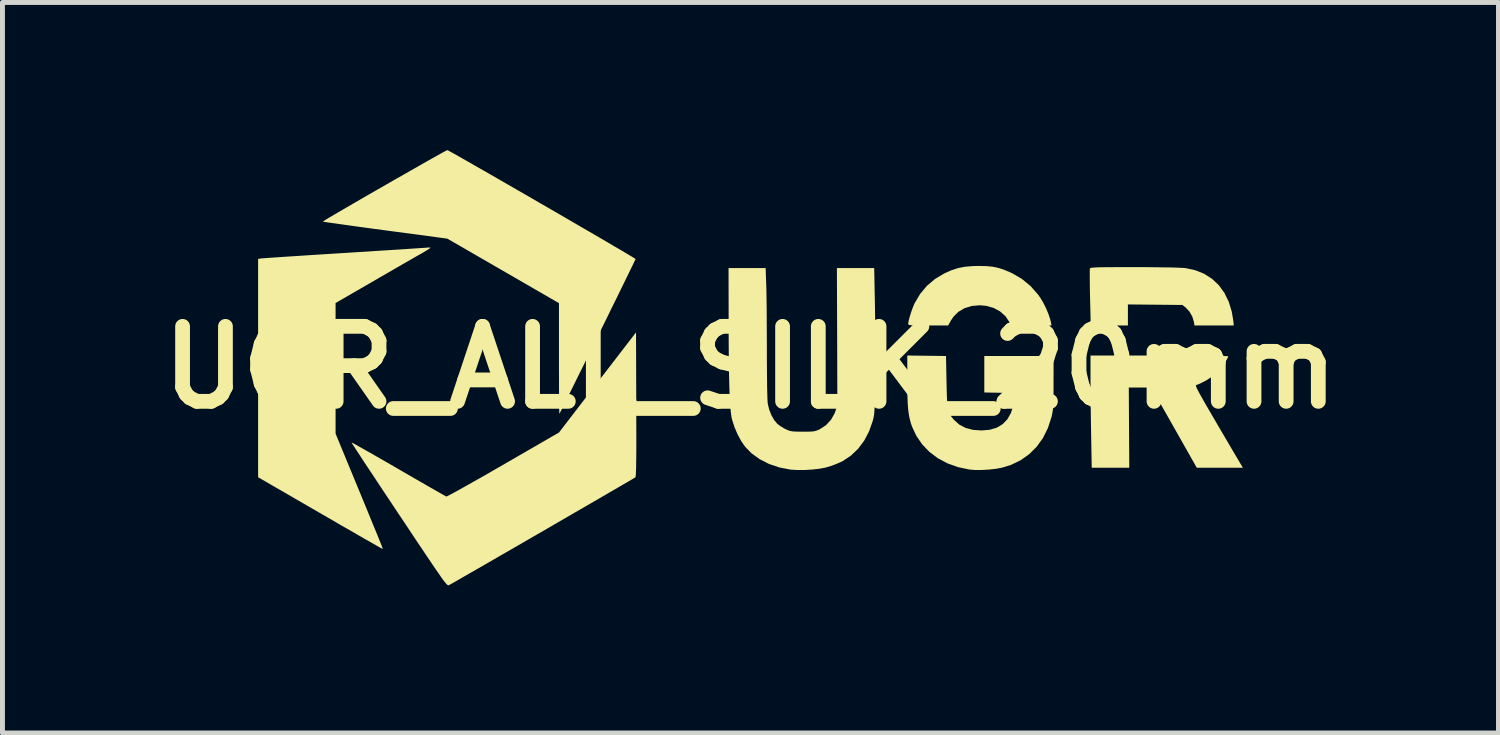
<source format=kicad_pcb>
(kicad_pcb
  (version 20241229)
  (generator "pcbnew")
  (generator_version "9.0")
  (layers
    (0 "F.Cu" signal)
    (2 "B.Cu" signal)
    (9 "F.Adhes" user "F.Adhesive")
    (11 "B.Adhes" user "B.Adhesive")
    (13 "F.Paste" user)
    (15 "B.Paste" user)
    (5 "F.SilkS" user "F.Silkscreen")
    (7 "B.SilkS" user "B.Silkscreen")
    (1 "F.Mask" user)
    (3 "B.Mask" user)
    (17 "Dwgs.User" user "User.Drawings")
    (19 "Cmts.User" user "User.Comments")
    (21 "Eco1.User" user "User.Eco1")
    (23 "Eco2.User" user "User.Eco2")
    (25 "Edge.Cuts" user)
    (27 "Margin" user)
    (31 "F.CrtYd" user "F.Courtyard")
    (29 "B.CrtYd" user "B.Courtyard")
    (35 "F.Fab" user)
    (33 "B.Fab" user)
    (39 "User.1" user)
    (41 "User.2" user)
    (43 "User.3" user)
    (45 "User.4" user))
  (footprint "UGR_ALL_SILK_20mm"
    (layer "F.Cu")
    (at 12.199 4.416)
    (property "Reference" "UGR_ALL_SILK_20mm" (at 0 0 0) (layer "F.SilkS") (effects (font (size 1.524 1.524) (thickness 0.3))))
    (attr board_only exclude_from_pos_files exclude_from_bom)
    (fp_poly (pts (xy 7.989 -2.038) (xy 8.173 -2.036) (xy 8.344 -2.034) (xy 8.496 -2.032) (xy 8.627 -2.029) (xy 8.731 -2.025) (xy 8.805 -2.021) (xy 8.835 -2.019) (xy 9.036 -1.976) (xy 9.218 -1.903) (xy 9.379 -1.801) (xy 9.516 -1.672) (xy 9.63 -1.516) (xy 9.719 -1.335) (xy 9.781 -1.131) (xy 9.81 -0.959) (xy 9.822 -0.852) (xy 9.023 -0.852) (xy 9.012 -0.923) (xy 8.98 -1.03) (xy 8.923 -1.131) (xy 8.85 -1.211) (xy 8.849 -1.212) (xy 8.778 -1.269) (xy 7.67 -1.28) (xy 7.67 -0.852) (xy 6.915 -0.852) (xy 6.901 -1.417) (xy 6.898 -1.559) (xy 6.896 -1.689) (xy 6.895 -1.804) (xy 6.895 -1.898) (xy 6.895 -1.966) (xy 6.897 -2.004) (xy 6.898 -2.009) (xy 6.904 -2.016) (xy 6.919 -2.022) (xy 6.944 -2.026) (xy 6.985 -2.03) (xy 7.042 -2.033) (xy 7.12 -2.035) (xy 7.222 -2.036) (xy 7.351 -2.037) (xy 7.509 -2.038) (xy 7.699 -2.038) (xy 7.795 -2.038)) (stroke (width 0) (type solid)) (fill yes) (layer "F.SilkS"))
    (fp_poly (pts (xy 4.785 -2.059) (xy 4.914 -2.048) (xy 5.031 -2.024) (xy 5.147 -1.987) (xy 5.276 -1.933) (xy 5.328 -1.908) (xy 5.519 -1.796) (xy 5.692 -1.653) (xy 5.841 -1.484) (xy 5.889 -1.417) (xy 5.951 -1.314) (xy 6.009 -1.197) (xy 6.058 -1.078) (xy 6.094 -0.969) (xy 6.105 -0.922) (xy 6.118 -0.852) (xy 5.3 -0.852) (xy 5.268 -0.912) (xy 5.184 -1.038) (xy 5.074 -1.137) (xy 4.942 -1.209) (xy 4.792 -1.251) (xy 4.658 -1.263) (xy 4.494 -1.248) (xy 4.349 -1.203) (xy 4.224 -1.129) (xy 4.123 -1.027) (xy 4.074 -0.954) (xy 4.017 -0.852) (xy 3.611 -0.852) (xy 3.478 -0.852) (xy 3.378 -0.853) (xy 3.305 -0.855) (xy 3.256 -0.858) (xy 3.227 -0.863) (xy 3.211 -0.87) (xy 3.206 -0.879) (xy 3.205 -0.885) (xy 3.212 -0.934) (xy 3.23 -1.007) (xy 3.256 -1.094) (xy 3.286 -1.182) (xy 3.318 -1.264) (xy 3.336 -1.304) (xy 3.449 -1.495) (xy 3.588 -1.66) (xy 3.753 -1.799) (xy 3.937 -1.909) (xy 4.08 -1.973) (xy 4.217 -2.018) (xy 4.36 -2.046) (xy 4.521 -2.059) (xy 4.632 -2.062)) (stroke (width 0) (type solid)) (fill yes) (layer "F.SilkS"))
    (fp_poly (pts (xy 8.533 -0.241) (xy 8.746 -0.24) (xy 8.945 -0.239) (xy 9.127 -0.238) (xy 9.29 -0.237) (xy 9.43 -0.235) (xy 9.544 -0.233) (xy 9.631 -0.231) (xy 9.686 -0.229) (xy 9.708 -0.227) (xy 9.708 -0.227) (xy 9.696 -0.191) (xy 9.665 -0.136) (xy 9.62 -0.07) (xy 9.568 0.001) (xy 9.512 0.067) (xy 9.478 0.103) (xy 9.38 0.186) (xy 9.261 0.264) (xy 9.136 0.328) (xy 9.056 0.359) (xy 9.051 0.366) (xy 9.055 0.384) (xy 9.068 0.417) (xy 9.091 0.465) (xy 9.126 0.531) (xy 9.175 0.618) (xy 9.238 0.729) (xy 9.316 0.864) (xy 9.412 1.028) (xy 9.479 1.143) (xy 9.571 1.3) (xy 9.658 1.448) (xy 9.738 1.585) (xy 9.81 1.707) (xy 9.871 1.81) (xy 9.919 1.892) (xy 9.953 1.949) (xy 9.97 1.977) (xy 9.97 1.978) (xy 10.007 2.038) (xy 9.538 2.038) (xy 9.069 2.038) (xy 8.146 0.408) (xy 7.688 0.408) (xy 7.693 1.223) (xy 7.698 2.038) (xy 7.316 2.038) (xy 6.935 2.038) (xy 6.923 1.368) (xy 6.92 1.187) (xy 6.917 0.994) (xy 6.914 0.798) (xy 6.913 0.608) (xy 6.911 0.433) (xy 6.91 0.283) (xy 6.91 0.229) (xy 6.91 -0.241) (xy 8.309 -0.241)) (stroke (width 0) (type solid)) (fill yes) (layer "F.SilkS"))
    (fp_poly (pts (xy 3.58 -0.237) (xy 3.974 -0.232) (xy 3.984 0.287) (xy 3.988 0.457) (xy 3.992 0.594) (xy 3.998 0.704) (xy 4.007 0.791) (xy 4.019 0.859) (xy 4.035 0.915) (xy 4.057 0.961) (xy 4.085 1.004) (xy 4.12 1.047) (xy 4.135 1.065) (xy 4.243 1.161) (xy 4.371 1.229) (xy 4.523 1.269) (xy 4.696 1.281) (xy 4.863 1.267) (xy 5.006 1.224) (xy 5.126 1.152) (xy 5.222 1.052) (xy 5.294 0.924) (xy 5.343 0.767) (xy 5.364 0.635) (xy 5.376 0.52) (xy 5.064 0.515) (xy 4.752 0.509) (xy 4.752 -0.232) (xy 6.16 -0.232) (xy 6.159 0.306) (xy 6.159 0.464) (xy 6.158 0.591) (xy 6.156 0.692) (xy 6.153 0.772) (xy 6.148 0.836) (xy 6.141 0.891) (xy 6.133 0.94) (xy 6.122 0.99) (xy 6.117 1.01) (xy 6.044 1.233) (xy 5.944 1.434) (xy 5.817 1.611) (xy 5.665 1.762) (xy 5.49 1.886) (xy 5.294 1.981) (xy 5.113 2.037) (xy 4.989 2.06) (xy 4.847 2.076) (xy 4.7 2.084) (xy 4.562 2.084) (xy 4.451 2.075) (xy 4.217 2.026) (xy 4.001 1.948) (xy 3.806 1.844) (xy 3.634 1.714) (xy 3.488 1.561) (xy 3.369 1.386) (xy 3.287 1.211) (xy 3.258 1.129) (xy 3.236 1.045) (xy 3.218 0.954) (xy 3.205 0.851) (xy 3.196 0.732) (xy 3.19 0.589) (xy 3.187 0.419) (xy 3.187 0.266) (xy 3.187 -0.242)) (stroke (width 0) (type solid)) (fill yes) (layer "F.SilkS"))
    (fp_poly (pts (xy -6.504 -2.432) (xy -6.503 -2.43) (xy -6.519 -2.417) (xy -6.56 -2.39) (xy -6.622 -2.352) (xy -6.697 -2.308) (xy -6.702 -2.305) (xy -6.76 -2.273) (xy -6.845 -2.224) (xy -6.954 -2.162) (xy -7.082 -2.088) (xy -7.225 -2.006) (xy -7.378 -1.917) (xy -7.538 -1.825) (xy -7.665 -1.751) (xy -8.43 -1.309) (xy -8.43 1.346) (xy -7.983 2.428) (xy -7.885 2.666) (xy -7.8 2.872) (xy -7.728 3.048) (xy -7.667 3.197) (xy -7.616 3.321) (xy -7.574 3.422) (xy -7.542 3.503) (xy -7.517 3.565) (xy -7.498 3.611) (xy -7.486 3.644) (xy -7.478 3.666) (xy -7.475 3.679) (xy -7.474 3.685) (xy -7.476 3.686) (xy -7.479 3.686) (xy -7.48 3.686) (xy -7.498 3.676) (xy -7.546 3.65) (xy -7.62 3.608) (xy -7.719 3.551) (xy -7.841 3.482) (xy -7.982 3.401) (xy -8.14 3.309) (xy -8.314 3.21) (xy -8.499 3.102) (xy -8.695 2.989) (xy -8.749 2.958) (xy -10.004 2.232) (xy -10.004 0.014) (xy -10.004 -2.204) (xy -9.963 -2.212) (xy -9.938 -2.215) (xy -9.88 -2.219) (xy -9.79 -2.226) (xy -9.671 -2.234) (xy -9.525 -2.244) (xy -9.357 -2.255) (xy -9.168 -2.267) (xy -8.96 -2.281) (xy -8.738 -2.295) (xy -8.502 -2.31) (xy -8.272 -2.324) (xy -8.027 -2.34) (xy -7.792 -2.354) (xy -7.569 -2.369) (xy -7.361 -2.382) (xy -7.171 -2.394) (xy -7.002 -2.405) (xy -6.856 -2.415) (xy -6.737 -2.423) (xy -6.646 -2.429) (xy -6.587 -2.433) (xy -6.563 -2.435) (xy -6.522 -2.437)) (stroke (width 0) (type solid)) (fill yes) (layer "F.SilkS"))
    (fp_poly (pts (xy -6.14 -4.407) (xy -6.091 -4.38) (xy -6.015 -4.338) (xy -5.914 -4.281) (xy -5.791 -4.211) (xy -5.649 -4.13) (xy -5.489 -4.038) (xy -5.313 -3.938) (xy -5.126 -3.83) (xy -4.928 -3.716) (xy -4.722 -3.597) (xy -4.511 -3.476) (xy -4.298 -3.352) (xy -4.083 -3.228) (xy -3.87 -3.105) (xy -3.662 -2.984) (xy -3.46 -2.866) (xy -3.267 -2.754) (xy -3.086 -2.649) (xy -2.919 -2.551) (xy -2.768 -2.462) (xy -2.635 -2.385) (xy -2.524 -2.319) (xy -2.436 -2.266) (xy -2.374 -2.229) (xy -2.34 -2.207) (xy -2.334 -2.203) (xy -2.342 -2.185) (xy -2.365 -2.137) (xy -2.402 -2.06) (xy -2.451 -1.96) (xy -2.511 -1.837) (xy -2.58 -1.695) (xy -2.658 -1.536) (xy -2.742 -1.364) (xy -2.832 -1.182) (xy -2.925 -0.991) (xy -3.022 -0.795) (xy -3.119 -0.597) (xy -3.216 -0.399) (xy -3.312 -0.205) (xy -3.405 -0.016) (xy -3.494 0.163) (xy -3.577 0.331) (xy -3.653 0.484) (xy -3.72 0.62) (xy -3.778 0.736) (xy -3.824 0.829) (xy -3.858 0.896) (xy -3.878 0.934) (xy -3.882 0.943) (xy -3.884 0.926) (xy -3.885 0.876) (xy -3.887 0.795) (xy -3.888 0.686) (xy -3.889 0.553) (xy -3.89 0.398) (xy -3.89 0.225) (xy -3.891 0.038) (xy -3.891 -0.162) (xy -3.891 -0.178) (xy -3.891 -1.306) (xy -5.026 -1.962) (xy -6.16 -2.617) (xy -7.424 -2.786) (xy -7.636 -2.814) (xy -7.837 -2.842) (xy -8.024 -2.867) (xy -8.193 -2.891) (xy -8.343 -2.912) (xy -8.469 -2.93) (xy -8.57 -2.944) (xy -8.641 -2.955) (xy -8.681 -2.962) (xy -8.689 -2.964) (xy -8.673 -2.975) (xy -8.628 -3.003) (xy -8.557 -3.046) (xy -8.462 -3.102) (xy -8.347 -3.169) (xy -8.215 -3.246) (xy -8.068 -3.331) (xy -7.91 -3.423) (xy -7.744 -3.519) (xy -7.572 -3.618) (xy -7.397 -3.718) (xy -7.223 -3.818) (xy -7.052 -3.915) (xy -6.888 -4.009) (xy -6.733 -4.097) (xy -6.591 -4.178) (xy -6.463 -4.25) (xy -6.354 -4.311) (xy -6.267 -4.36) (xy -6.203 -4.394) (xy -6.167 -4.413) (xy -6.159 -4.416)) (stroke (width 0) (type solid)) (fill yes) (layer "F.SilkS"))
    (fp_poly (pts (xy -2.32 0.75) (xy -2.32 1.029) (xy -2.319 1.272) (xy -2.319 1.482) (xy -2.319 1.662) (xy -2.32 1.813) (xy -2.322 1.937) (xy -2.323 2.036) (xy -2.326 2.113) (xy -2.328 2.169) (xy -2.332 2.206) (xy -2.336 2.228) (xy -2.339 2.234) (xy -2.357 2.245) (xy -2.404 2.273) (xy -2.479 2.317) (xy -2.579 2.375) (xy -2.701 2.446) (xy -2.842 2.528) (xy -3.002 2.621) (xy -3.176 2.722) (xy -3.364 2.831) (xy -3.561 2.945) (xy -3.766 3.064) (xy -3.977 3.186) (xy -4.19 3.31) (xy -4.404 3.433) (xy -4.616 3.556) (xy -4.824 3.676) (xy -5.025 3.792) (xy -5.217 3.903) (xy -5.397 4.007) (xy -5.563 4.102) (xy -5.712 4.188) (xy -5.843 4.263) (xy -5.952 4.326) (xy -6.037 4.375) (xy -6.097 4.408) (xy -6.127 4.425) (xy -6.127 4.425) (xy -6.135 4.428) (xy -6.144 4.427) (xy -6.155 4.421) (xy -6.17 4.408) (xy -6.19 4.386) (xy -6.217 4.353) (xy -6.251 4.308) (xy -6.294 4.248) (xy -6.346 4.172) (xy -6.411 4.079) (xy -6.488 3.965) (xy -6.579 3.83) (xy -6.685 3.672) (xy -6.808 3.489) (xy -6.948 3.278) (xy -7.107 3.039) (xy -7.141 2.989) (xy -7.28 2.78) (xy -7.414 2.579) (xy -7.539 2.39) (xy -7.656 2.213) (xy -7.763 2.052) (xy -7.858 1.909) (xy -7.939 1.784) (xy -8.006 1.682) (xy -8.057 1.603) (xy -8.091 1.55) (xy -8.106 1.525) (xy -8.107 1.524) (xy -8.09 1.532) (xy -8.044 1.556) (xy -7.972 1.597) (xy -7.876 1.651) (xy -7.759 1.717) (xy -7.624 1.794) (xy -7.474 1.88) (xy -7.312 1.973) (xy -7.152 2.066) (xy -6.981 2.165) (xy -6.818 2.259) (xy -6.667 2.346) (xy -6.532 2.424) (xy -6.414 2.491) (xy -6.318 2.546) (xy -6.244 2.588) (xy -6.198 2.614) (xy -6.181 2.623) (xy -6.161 2.616) (xy -6.112 2.591) (xy -6.036 2.551) (xy -5.936 2.496) (xy -5.815 2.428) (xy -5.674 2.349) (xy -5.518 2.261) (xy -5.347 2.164) (xy -5.166 2.059) (xy -5.023 1.977) (xy -3.89 1.322) (xy -3.108 0.305) (xy -2.325 -0.712)) (stroke (width 0) (type solid)) (fill yes) (layer "F.SilkS"))
    (fp_poly (pts (xy 0.321 -1.672) (xy 0.324 -1.583) (xy 0.326 -1.463) (xy 0.328 -1.316) (xy 0.33 -1.148) (xy 0.331 -0.964) (xy 0.332 -0.769) (xy 0.333 -0.568) (xy 0.334 -0.367) (xy 0.334 -0.352) (xy 0.334 -0.141) (xy 0.335 0.055) (xy 0.337 0.233) (xy 0.339 0.391) (xy 0.342 0.524) (xy 0.345 0.629) (xy 0.349 0.704) (xy 0.353 0.741) (xy 0.381 0.857) (xy 0.426 0.971) (xy 0.484 1.072) (xy 0.547 1.147) (xy 0.551 1.15) (xy 0.608 1.192) (xy 0.679 1.236) (xy 0.722 1.258) (xy 0.768 1.278) (xy 0.81 1.292) (xy 0.857 1.3) (xy 0.918 1.304) (xy 1.003 1.306) (xy 1.065 1.306) (xy 1.166 1.306) (xy 1.238 1.303) (xy 1.292 1.298) (xy 1.334 1.287) (xy 1.376 1.271) (xy 1.412 1.254) (xy 1.535 1.174) (xy 1.635 1.066) (xy 1.708 0.938) (xy 1.725 0.893) (xy 1.766 0.769) (xy 1.762 -0.625) (xy 1.757 -2.019) (xy 2.515 -2.019) (xy 2.528 -1.348) (xy 2.531 -1.171) (xy 2.534 -0.966) (xy 2.535 -0.743) (xy 2.536 -0.511) (xy 2.536 -0.279) (xy 2.535 -0.057) (xy 2.534 0.13) (xy 2.532 0.325) (xy 2.531 0.487) (xy 2.528 0.62) (xy 2.526 0.728) (xy 2.523 0.814) (xy 2.519 0.883) (xy 2.515 0.937) (xy 2.509 0.982) (xy 2.502 1.021) (xy 2.493 1.058) (xy 2.486 1.084) (xy 2.412 1.296) (xy 2.312 1.487) (xy 2.188 1.653) (xy 2.042 1.792) (xy 1.876 1.902) (xy 1.834 1.923) (xy 1.74 1.964) (xy 1.634 2.003) (xy 1.535 2.033) (xy 1.519 2.037) (xy 1.4 2.059) (xy 1.257 2.075) (xy 1.107 2.084) (xy 0.961 2.085) (xy 0.835 2.078) (xy 0.813 2.076) (xy 0.586 2.032) (xy 0.376 1.961) (xy 0.188 1.865) (xy 0.023 1.746) (xy -0.107 1.613) (xy -0.186 1.499) (xy -0.261 1.361) (xy -0.325 1.211) (xy -0.372 1.065) (xy -0.385 1.007) (xy -0.396 0.931) (xy -0.406 0.836) (xy -0.414 0.72) (xy -0.422 0.581) (xy -0.428 0.417) (xy -0.433 0.227) (xy -0.437 0.008) (xy -0.44 -0.241) (xy -0.442 -0.522) (xy -0.443 -0.838) (xy -0.443 -1.014) (xy -0.445 -2.019) (xy 0.309 -2.019)) (stroke (width 0) (type solid)) (fill yes) (layer "F.SilkS")))
  (gr_rect
    (start -3 -3)
    (end 27.399 11.844)
    (stroke (width 0.1) (type default))
    (fill no)
    (layer "Edge.Cuts")))
</source>
